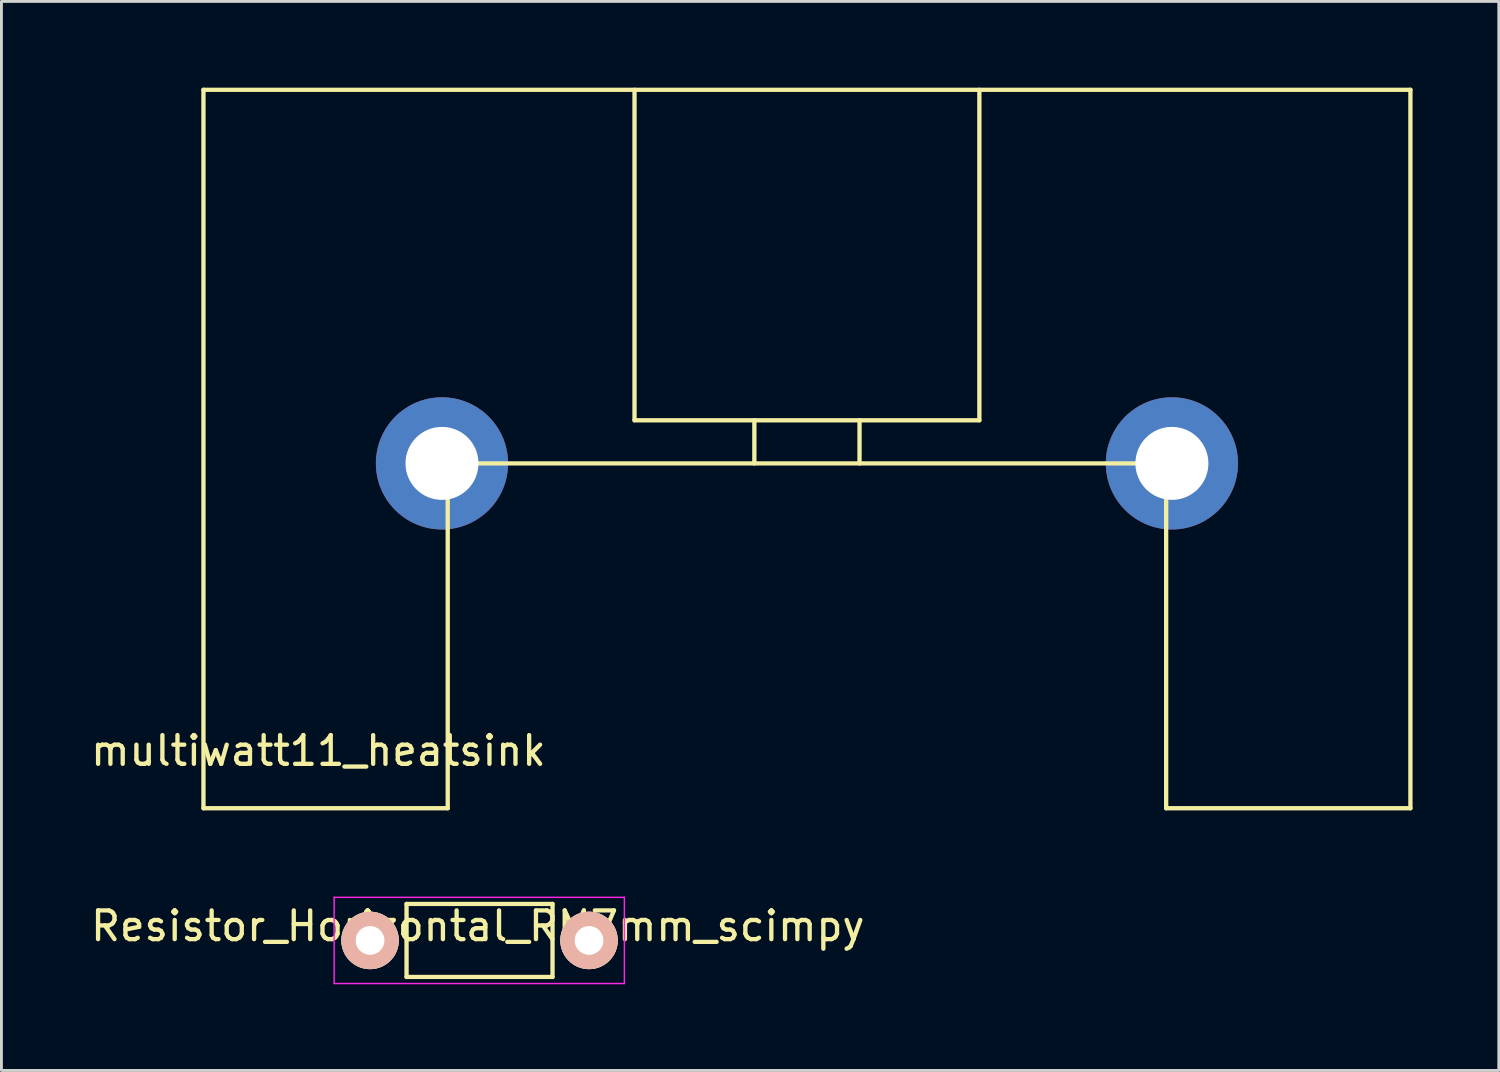
<source format=kicad_pcb>
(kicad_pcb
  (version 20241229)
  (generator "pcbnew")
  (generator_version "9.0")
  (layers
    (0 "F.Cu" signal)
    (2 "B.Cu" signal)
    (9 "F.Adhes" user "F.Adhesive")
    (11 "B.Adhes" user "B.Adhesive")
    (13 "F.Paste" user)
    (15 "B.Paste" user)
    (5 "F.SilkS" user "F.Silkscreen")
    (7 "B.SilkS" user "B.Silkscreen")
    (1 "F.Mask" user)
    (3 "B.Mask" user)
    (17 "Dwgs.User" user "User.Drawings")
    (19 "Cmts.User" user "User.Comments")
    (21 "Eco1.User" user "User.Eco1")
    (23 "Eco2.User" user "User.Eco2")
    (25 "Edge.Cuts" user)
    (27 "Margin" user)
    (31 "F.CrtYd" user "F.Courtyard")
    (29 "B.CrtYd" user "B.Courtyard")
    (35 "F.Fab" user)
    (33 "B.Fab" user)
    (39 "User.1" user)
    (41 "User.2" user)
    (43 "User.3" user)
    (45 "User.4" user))
  (footprint "Resistor_Horizontal_RM7mm_scimpy"
    (layer "F.Cu")
    (at 9.827 29.675)
    (property "Reference" "Resistor_Horizontal_RM7mm_scimpy" (at 3.75 -0.5 0) (layer "F.SilkS") (effects (font (size 1 1) (thickness 0.15))))
    (attr through_hole)
    (fp_line (start 1.27 -1.27) (end 6.35 -1.27) (stroke (width 0.15) (type solid)) (layer "F.SilkS"))
    (fp_line (start 1.27 1.27) (end 1.27 -1.27) (stroke (width 0.15) (type solid)) (layer "F.SilkS"))
    (fp_line (start 6.35 -1.27) (end 6.35 1.27) (stroke (width 0.15) (type solid)) (layer "F.SilkS"))
    (fp_line (start 6.35 1.27) (end 1.27 1.27) (stroke (width 0.15) (type solid)) (layer "F.SilkS"))
    (fp_line (start -1.25 -1.5) (end 8.85 -1.5) (stroke (width 0.05) (type solid)) (layer "F.CrtYd"))
    (fp_line (start -1.25 1.5) (end -1.25 -1.5) (stroke (width 0.05) (type solid)) (layer "F.CrtYd"))
    (fp_line (start -1.25 1.5) (end 8.85 1.5) (stroke (width 0.05) (type solid)) (layer "F.CrtYd"))
    (fp_line (start 8.85 -1.5) (end 8.85 1.5) (stroke (width 0.05) (type solid)) (layer "F.CrtYd"))
    (pad "1" thru_hole circle (at 0 0) (size 1.999 1.999) (drill 1.001) (layers "*.Cu" "*.SilkS" "*.Mask"))
    (pad "2" thru_hole circle (at 7.62 0) (size 1.999 1.999) (drill 1.001) (layers "*.Cu" "*.SilkS" "*.Mask")))
  (footprint "multiwatt11_heatsink"
    (layer "F.Cu")
    (at 12.33 13.075)
    (property "Reference" "multiwatt11_heatsink" (at -4.3 10 0) (layer "F.SilkS") (effects (font (size 1 1) (thickness 0.15))))
    (attr through_hole)
    (fp_line (start -8.3 -13) (end -8.3 12) (stroke (width 0.15) (type solid)) (layer "F.SilkS"))
    (fp_line (start -8.3 -13) (end 33.7 -13) (stroke (width 0.15) (type solid)) (layer "F.SilkS"))
    (fp_line (start -8.3 12) (end 0.2 12) (stroke (width 0.15) (type solid)) (layer "F.SilkS"))
    (fp_line (start 0.2 0) (end 25.2 0) (stroke (width 0.15) (type solid)) (layer "F.SilkS"))
    (fp_line (start 0.2 12) (end 0.2 0) (stroke (width 0.15) (type solid)) (layer "F.SilkS"))
    (fp_line (start 6.7 -1.5) (end 6.7 -13) (stroke (width 0.15) (type solid)) (layer "F.SilkS"))
    (fp_line (start 6.7 -1.5) (end 18.7 -1.5) (stroke (width 0.15) (type solid)) (layer "F.SilkS"))
    (fp_line (start 10.87 0) (end 10.87 -1.5) (stroke (width 0.15) (type solid)) (layer "F.SilkS"))
    (fp_line (start 14.53 0) (end 14.53 -1.5) (stroke (width 0.15) (type solid)) (layer "F.SilkS"))
    (fp_line (start 18.7 -13) (end 18.7 -1.5) (stroke (width 0.15) (type solid)) (layer "F.SilkS"))
    (fp_line (start 25.2 0) (end 25.2 12) (stroke (width 0.15) (type solid)) (layer "F.SilkS"))
    (fp_line (start 25.2 12) (end 33.7 12) (stroke (width 0.15) (type solid)) (layer "F.SilkS"))
    (fp_line (start 33.7 12) (end 33.7 -13) (stroke (width 0.15) (type solid)) (layer "F.SilkS"))
    (pad "" np_thru_hole circle (at 0 0) (size 4.6 4.6) (drill 2.54) (layers "*.Cu" "*.Mask"))
    (pad "" np_thru_hole circle (at 25.4 0) (size 4.6 4.6) (drill 2.54) (layers "*.Cu" "*.Mask")))
  (gr_rect
    (start -3 -3)
    (end 49.105 34.2)
    (stroke (width 0.1) (type default))
    (fill no)
    (layer "Edge.Cuts")))
</source>
